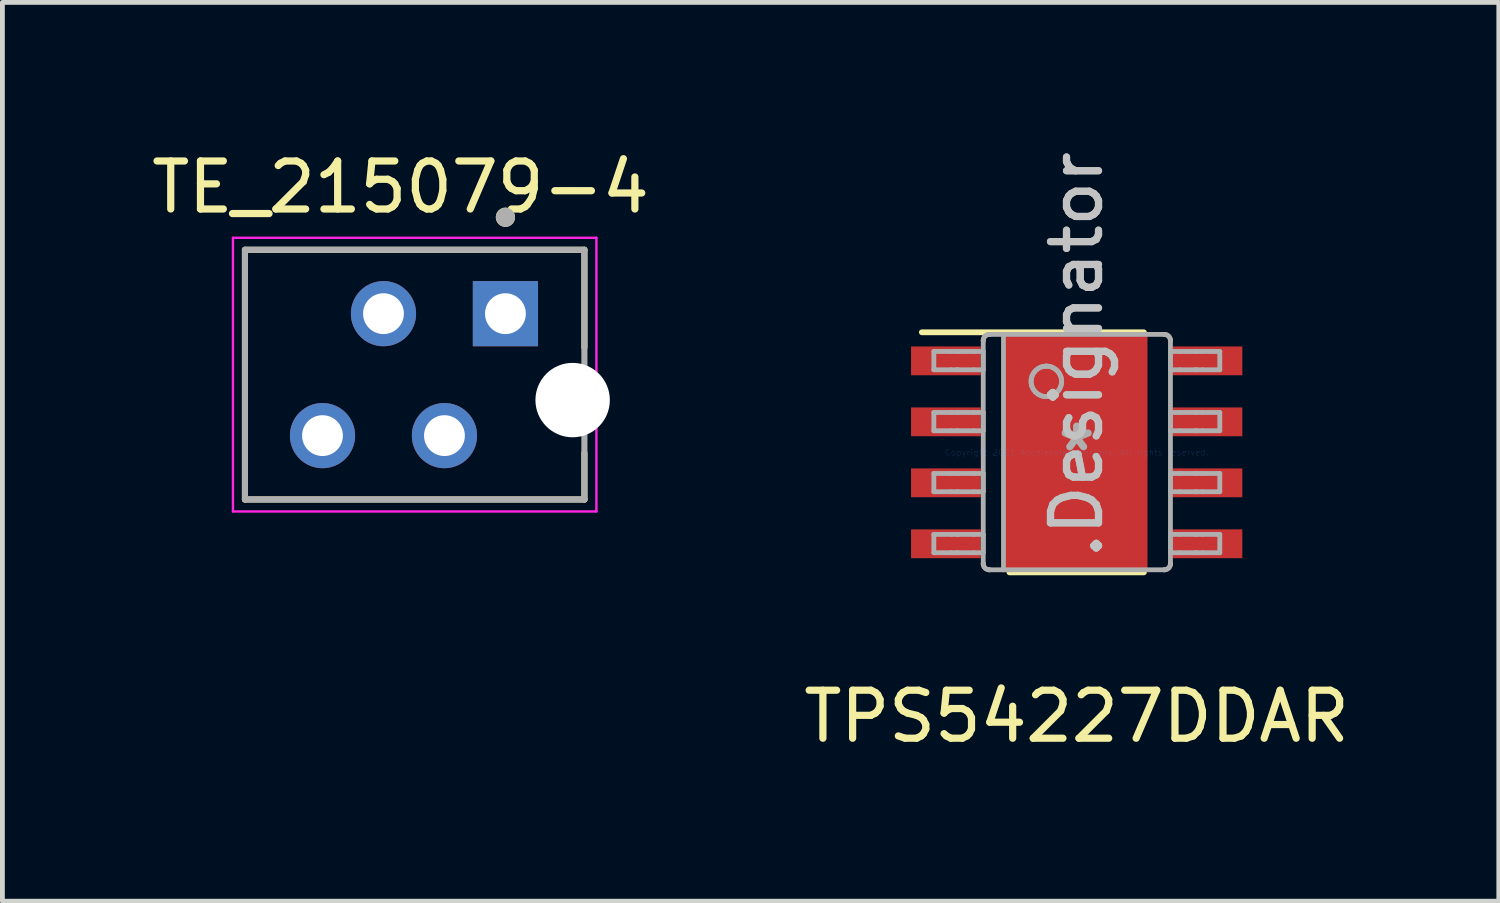
<source format=kicad_pcb>
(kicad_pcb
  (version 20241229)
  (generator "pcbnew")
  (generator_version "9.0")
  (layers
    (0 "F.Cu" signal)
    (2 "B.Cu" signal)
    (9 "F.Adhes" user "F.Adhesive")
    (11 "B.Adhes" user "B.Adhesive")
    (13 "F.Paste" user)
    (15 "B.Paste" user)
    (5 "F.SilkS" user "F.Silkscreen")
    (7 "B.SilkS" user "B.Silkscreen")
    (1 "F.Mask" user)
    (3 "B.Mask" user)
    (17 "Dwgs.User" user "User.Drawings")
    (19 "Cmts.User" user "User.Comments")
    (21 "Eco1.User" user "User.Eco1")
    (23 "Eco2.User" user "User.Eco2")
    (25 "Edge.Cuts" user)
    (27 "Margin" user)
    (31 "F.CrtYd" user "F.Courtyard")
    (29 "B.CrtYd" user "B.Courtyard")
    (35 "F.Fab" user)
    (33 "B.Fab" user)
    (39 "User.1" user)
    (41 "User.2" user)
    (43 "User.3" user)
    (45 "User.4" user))
  (footprint "TPS54227DDAR"
    (layer "F.Cu")
    (at 19.375 6.371)
    (property "Reference" "TPS54227DDAR" (at 0 5.5 0) (layer "F.SilkS") (effects (font (size 1 1) (thickness 0.15))))
    (attr through_hole)
    (fp_poly (pts (xy -1.2 1.502) (xy -1.2 -1.502) (xy -1.199 -1.511) (xy -1.196 -1.52) (xy -1.192 -1.529) (xy -1.186 -1.536) (xy -1.179 -1.542) (xy -1.17 -1.546) (xy -1.161 -1.549) (xy -1.152 -1.55) (xy 1.152 -1.55) (xy 1.161 -1.549) (xy 1.17 -1.546) (xy 1.179 -1.542) (xy 1.186 -1.536) (xy 1.192 -1.529) (xy 1.196 -1.52) (xy 1.199 -1.511) (xy 1.2 -1.502) (xy 1.2 1.502) (xy 1.199 1.511) (xy 1.196 1.52) (xy 1.192 1.529) (xy 1.186 1.536) (xy 1.179 1.542) (xy 1.17 1.546) (xy 1.161 1.549) (xy 1.152 1.55) (xy -1.152 1.55) (xy -1.161 1.549) (xy -1.17 1.546) (xy -1.179 1.542) (xy -1.186 1.536) (xy -1.192 1.529) (xy -1.196 1.52) (xy -1.199 1.511)) (stroke (width 0.1) (type solid)) (fill yes) (layer "F.Mask"))
    (fp_line (start -3.225 -2.5) (end 1.4 -2.5) (stroke (width 0.12) (type solid)) (layer "F.SilkS"))
    (fp_line (start -1.4 2.5) (end 1.4 2.5) (stroke (width 0.12) (type solid)) (layer "F.SilkS"))
    (fp_poly (pts (xy -1.2 1.502) (xy -1.2 -1.502) (xy -1.199 -1.511) (xy -1.196 -1.52) (xy -1.192 -1.529) (xy -1.186 -1.536) (xy -1.179 -1.542) (xy -1.17 -1.546) (xy -1.161 -1.549) (xy -1.152 -1.55) (xy 1.152 -1.55) (xy 1.161 -1.549) (xy 1.17 -1.546) (xy 1.179 -1.542) (xy 1.186 -1.536) (xy 1.192 -1.529) (xy 1.196 -1.52) (xy 1.199 -1.511) (xy 1.2 -1.502) (xy 1.2 1.502) (xy 1.199 1.511) (xy 1.196 1.52) (xy 1.192 1.529) (xy 1.186 1.536) (xy 1.179 1.542) (xy 1.17 1.546) (xy 1.161 1.549) (xy 1.152 1.55) (xy -1.152 1.55) (xy -1.161 1.549) (xy -1.17 1.546) (xy -1.179 1.542) (xy -1.186 1.536) (xy -1.192 1.529) (xy -1.196 1.52) (xy -1.199 1.511)) (stroke (width 0.1) (type solid)) (fill yes) (layer "F.Paste"))
    (fp_line (start -2.975 -2.1) (end -2.614 -2.1) (stroke (width 0.1) (type solid)) (layer "F.Fab"))
    (fp_line (start -2.975 -1.719) (end -2.975 -2.1) (stroke (width 0.1) (type solid)) (layer "F.Fab"))
    (fp_line (start -2.975 -1.719) (end -2.614 -1.719) (stroke (width 0.1) (type solid)) (layer "F.Fab"))
    (fp_line (start -2.975 -0.83) (end -2.614 -0.83) (stroke (width 0.1) (type solid)) (layer "F.Fab"))
    (fp_line (start -2.975 -0.449) (end -2.975 -0.83) (stroke (width 0.1) (type solid)) (layer "F.Fab"))
    (fp_line (start -2.975 -0.449) (end -2.614 -0.449) (stroke (width 0.1) (type solid)) (layer "F.Fab"))
    (fp_line (start -2.975 0.44) (end -2.614 0.44) (stroke (width 0.1) (type solid)) (layer "F.Fab"))
    (fp_line (start -2.975 0.821) (end -2.975 0.44) (stroke (width 0.1) (type solid)) (layer "F.Fab"))
    (fp_line (start -2.975 0.821) (end -2.614 0.821) (stroke (width 0.1) (type solid)) (layer "F.Fab"))
    (fp_line (start -2.975 1.71) (end -2.614 1.71) (stroke (width 0.1) (type solid)) (layer "F.Fab"))
    (fp_line (start -2.975 2.091) (end -2.975 1.71) (stroke (width 0.1) (type solid)) (layer "F.Fab"))
    (fp_line (start -2.975 2.091) (end -2.614 2.091) (stroke (width 0.1) (type solid)) (layer "F.Fab"))
    (fp_line (start -2.614 -2.1) (end -2.497 -2.1) (stroke (width 0.1) (type solid)) (layer "F.Fab"))
    (fp_line (start -2.614 -1.719) (end -2.497 -1.719) (stroke (width 0.1) (type solid)) (layer "F.Fab"))
    (fp_line (start -2.614 -0.83) (end -2.497 -0.83) (stroke (width 0.1) (type solid)) (layer "F.Fab"))
    (fp_line (start -2.614 -0.449) (end -2.497 -0.449) (stroke (width 0.1) (type solid)) (layer "F.Fab"))
    (fp_line (start -2.614 0.44) (end -2.497 0.44) (stroke (width 0.1) (type solid)) (layer "F.Fab"))
    (fp_line (start -2.614 0.821) (end -2.497 0.821) (stroke (width 0.1) (type solid)) (layer "F.Fab"))
    (fp_line (start -2.614 1.71) (end -2.497 1.71) (stroke (width 0.1) (type solid)) (layer "F.Fab"))
    (fp_line (start -2.614 2.091) (end -2.497 2.091) (stroke (width 0.1) (type solid)) (layer "F.Fab"))
    (fp_line (start -2.497 -2.1) (end -2.473 -2.1) (stroke (width 0.1) (type solid)) (layer "F.Fab"))
    (fp_line (start -2.497 -1.719) (end -2.473 -1.719) (stroke (width 0.1) (type solid)) (layer "F.Fab"))
    (fp_line (start -2.497 -0.83) (end -2.473 -0.83) (stroke (width 0.1) (type solid)) (layer "F.Fab"))
    (fp_line (start -2.497 -0.449) (end -2.473 -0.449) (stroke (width 0.1) (type solid)) (layer "F.Fab"))
    (fp_line (start -2.497 0.44) (end -2.473 0.44) (stroke (width 0.1) (type solid)) (layer "F.Fab"))
    (fp_line (start -2.497 0.821) (end -2.473 0.821) (stroke (width 0.1) (type solid)) (layer "F.Fab"))
    (fp_line (start -2.497 1.71) (end -2.473 1.71) (stroke (width 0.1) (type solid)) (layer "F.Fab"))
    (fp_line (start -2.497 2.091) (end -2.473 2.091) (stroke (width 0.1) (type solid)) (layer "F.Fab"))
    (fp_line (start -2.473 -2.1) (end -2.144 -2.1) (stroke (width 0.1) (type solid)) (layer "F.Fab"))
    (fp_line (start -2.473 -1.719) (end -2.144 -1.719) (stroke (width 0.1) (type solid)) (layer "F.Fab"))
    (fp_line (start -2.473 -0.83) (end -2.144 -0.83) (stroke (width 0.1) (type solid)) (layer "F.Fab"))
    (fp_line (start -2.473 -0.449) (end -2.144 -0.449) (stroke (width 0.1) (type solid)) (layer "F.Fab"))
    (fp_line (start -2.473 0.44) (end -2.144 0.44) (stroke (width 0.1) (type solid)) (layer "F.Fab"))
    (fp_line (start -2.473 0.821) (end -2.144 0.821) (stroke (width 0.1) (type solid)) (layer "F.Fab"))
    (fp_line (start -2.473 1.71) (end -2.144 1.71) (stroke (width 0.1) (type solid)) (layer "F.Fab"))
    (fp_line (start -2.473 2.091) (end -2.144 2.091) (stroke (width 0.1) (type solid)) (layer "F.Fab"))
    (fp_line (start -2.144 -2.1) (end -1.946 -2.1) (stroke (width 0.1) (type solid)) (layer "F.Fab"))
    (fp_line (start -2.144 -1.719) (end -1.946 -1.719) (stroke (width 0.1) (type solid)) (layer "F.Fab"))
    (fp_line (start -2.144 -0.83) (end -1.946 -0.83) (stroke (width 0.1) (type solid)) (layer "F.Fab"))
    (fp_line (start -2.144 -0.449) (end -1.946 -0.449) (stroke (width 0.1) (type solid)) (layer "F.Fab"))
    (fp_line (start -2.144 0.44) (end -1.946 0.44) (stroke (width 0.1) (type solid)) (layer "F.Fab"))
    (fp_line (start -2.144 0.821) (end -1.946 0.821) (stroke (width 0.1) (type solid)) (layer "F.Fab"))
    (fp_line (start -2.144 1.71) (end -1.946 1.71) (stroke (width 0.1) (type solid)) (layer "F.Fab"))
    (fp_line (start -2.144 2.091) (end -1.946 2.091) (stroke (width 0.1) (type solid)) (layer "F.Fab"))
    (fp_line (start -1.946 -2.329) (end -1.946 -2.33) (stroke (width 0.1) (type solid)) (layer "F.Fab"))
    (fp_line (start -1.946 -1.719) (end -1.946 -2.1) (stroke (width 0.1) (type solid)) (layer "F.Fab"))
    (fp_line (start -1.946 -0.449) (end -1.946 -0.83) (stroke (width 0.1) (type solid)) (layer "F.Fab"))
    (fp_line (start -1.946 0.821) (end -1.946 0.44) (stroke (width 0.1) (type solid)) (layer "F.Fab"))
    (fp_line (start -1.946 2.091) (end -1.946 1.71) (stroke (width 0.1) (type solid)) (layer "F.Fab"))
    (fp_line (start -1.946 2.32) (end -1.946 -2.329) (stroke (width 0.1) (type solid)) (layer "F.Fab"))
    (fp_line (start -1.946 2.32) (end -1.946 2.321) (stroke (width 0.1) (type solid)) (layer "F.Fab"))
    (fp_line (start -1.82 -2.456) (end -1.819 -2.456) (stroke (width 0.1) (type solid)) (layer "F.Fab"))
    (fp_line (start -1.82 2.447) (end -1.819 2.447) (stroke (width 0.1) (type solid)) (layer "F.Fab"))
    (fp_line (start -1.819 -2.456) (end 1.826 -2.456) (stroke (width 0.1) (type solid)) (layer "F.Fab"))
    (fp_line (start -1.819 2.447) (end 1.826 2.447) (stroke (width 0.1) (type solid)) (layer "F.Fab"))
    (fp_line (start -1.524 2.447) (end -1.524 -2.456) (stroke (width 0.1) (type solid)) (layer "F.Fab"))
    (fp_line (start 1.826 -2.456) (end 1.827 -2.456) (stroke (width 0.1) (type solid)) (layer "F.Fab"))
    (fp_line (start 1.826 2.447) (end 1.827 2.447) (stroke (width 0.1) (type solid)) (layer "F.Fab"))
    (fp_line (start 1.953 -2.329) (end 1.953 -2.33) (stroke (width 0.1) (type solid)) (layer "F.Fab"))
    (fp_line (start 1.953 -2.1) (end 2.15 -2.1) (stroke (width 0.1) (type solid)) (layer "F.Fab"))
    (fp_line (start 1.953 -1.719) (end 1.953 -2.1) (stroke (width 0.1) (type solid)) (layer "F.Fab"))
    (fp_line (start 1.953 -1.719) (end 2.15 -1.719) (stroke (width 0.1) (type solid)) (layer "F.Fab"))
    (fp_line (start 1.953 -0.83) (end 2.15 -0.83) (stroke (width 0.1) (type solid)) (layer "F.Fab"))
    (fp_line (start 1.953 -0.449) (end 1.953 -0.83) (stroke (width 0.1) (type solid)) (layer "F.Fab"))
    (fp_line (start 1.953 -0.449) (end 2.15 -0.449) (stroke (width 0.1) (type solid)) (layer "F.Fab"))
    (fp_line (start 1.953 0.44) (end 2.15 0.44) (stroke (width 0.1) (type solid)) (layer "F.Fab"))
    (fp_line (start 1.953 0.821) (end 1.953 0.44) (stroke (width 0.1) (type solid)) (layer "F.Fab"))
    (fp_line (start 1.953 0.821) (end 2.15 0.821) (stroke (width 0.1) (type solid)) (layer "F.Fab"))
    (fp_line (start 1.953 1.71) (end 2.15 1.71) (stroke (width 0.1) (type solid)) (layer "F.Fab"))
    (fp_line (start 1.953 2.091) (end 1.953 1.71) (stroke (width 0.1) (type solid)) (layer "F.Fab"))
    (fp_line (start 1.953 2.091) (end 2.15 2.091) (stroke (width 0.1) (type solid)) (layer "F.Fab"))
    (fp_line (start 1.953 2.32) (end 1.953 -2.329) (stroke (width 0.1) (type solid)) (layer "F.Fab"))
    (fp_line (start 1.953 2.321) (end 1.953 2.32) (stroke (width 0.1) (type solid)) (layer "F.Fab"))
    (fp_line (start 2.15 -2.1) (end 2.479 -2.1) (stroke (width 0.1) (type solid)) (layer "F.Fab"))
    (fp_line (start 2.15 -1.719) (end 2.479 -1.719) (stroke (width 0.1) (type solid)) (layer "F.Fab"))
    (fp_line (start 2.15 -0.83) (end 2.479 -0.83) (stroke (width 0.1) (type solid)) (layer "F.Fab"))
    (fp_line (start 2.15 -0.449) (end 2.479 -0.449) (stroke (width 0.1) (type solid)) (layer "F.Fab"))
    (fp_line (start 2.15 0.44) (end 2.479 0.44) (stroke (width 0.1) (type solid)) (layer "F.Fab"))
    (fp_line (start 2.15 0.821) (end 2.479 0.821) (stroke (width 0.1) (type solid)) (layer "F.Fab"))
    (fp_line (start 2.15 1.71) (end 2.479 1.71) (stroke (width 0.1) (type solid)) (layer "F.Fab"))
    (fp_line (start 2.15 2.091) (end 2.479 2.091) (stroke (width 0.1) (type solid)) (layer "F.Fab"))
    (fp_line (start 2.479 -2.1) (end 2.503 -2.1) (stroke (width 0.1) (type solid)) (layer "F.Fab"))
    (fp_line (start 2.479 -1.719) (end 2.503 -1.719) (stroke (width 0.1) (type solid)) (layer "F.Fab"))
    (fp_line (start 2.479 -0.83) (end 2.503 -0.83) (stroke (width 0.1) (type solid)) (layer "F.Fab"))
    (fp_line (start 2.479 -0.449) (end 2.503 -0.449) (stroke (width 0.1) (type solid)) (layer "F.Fab"))
    (fp_line (start 2.479 0.44) (end 2.503 0.44) (stroke (width 0.1) (type solid)) (layer "F.Fab"))
    (fp_line (start 2.479 0.821) (end 2.503 0.821) (stroke (width 0.1) (type solid)) (layer "F.Fab"))
    (fp_line (start 2.479 1.71) (end 2.503 1.71) (stroke (width 0.1) (type solid)) (layer "F.Fab"))
    (fp_line (start 2.479 2.091) (end 2.503 2.091) (stroke (width 0.1) (type solid)) (layer "F.Fab"))
    (fp_line (start 2.503 -2.1) (end 2.621 -2.1) (stroke (width 0.1) (type solid)) (layer "F.Fab"))
    (fp_line (start 2.503 -1.719) (end 2.621 -1.719) (stroke (width 0.1) (type solid)) (layer "F.Fab"))
    (fp_line (start 2.503 -0.83) (end 2.621 -0.83) (stroke (width 0.1) (type solid)) (layer "F.Fab"))
    (fp_line (start 2.503 -0.449) (end 2.621 -0.449) (stroke (width 0.1) (type solid)) (layer "F.Fab"))
    (fp_line (start 2.503 0.44) (end 2.621 0.44) (stroke (width 0.1) (type solid)) (layer "F.Fab"))
    (fp_line (start 2.503 0.821) (end 2.621 0.821) (stroke (width 0.1) (type solid)) (layer "F.Fab"))
    (fp_line (start 2.503 1.71) (end 2.621 1.71) (stroke (width 0.1) (type solid)) (layer "F.Fab"))
    (fp_line (start 2.503 2.091) (end 2.621 2.091) (stroke (width 0.1) (type solid)) (layer "F.Fab"))
    (fp_line (start 2.621 -2.1) (end 2.981 -2.1) (stroke (width 0.1) (type solid)) (layer "F.Fab"))
    (fp_line (start 2.621 -1.719) (end 2.981 -1.719) (stroke (width 0.1) (type solid)) (layer "F.Fab"))
    (fp_line (start 2.621 -0.83) (end 2.981 -0.83) (stroke (width 0.1) (type solid)) (layer "F.Fab"))
    (fp_line (start 2.621 -0.449) (end 2.981 -0.449) (stroke (width 0.1) (type solid)) (layer "F.Fab"))
    (fp_line (start 2.621 0.44) (end 2.981 0.44) (stroke (width 0.1) (type solid)) (layer "F.Fab"))
    (fp_line (start 2.621 0.821) (end 2.981 0.821) (stroke (width 0.1) (type solid)) (layer "F.Fab"))
    (fp_line (start 2.621 1.71) (end 2.981 1.71) (stroke (width 0.1) (type solid)) (layer "F.Fab"))
    (fp_line (start 2.621 2.091) (end 2.981 2.091) (stroke (width 0.1) (type solid)) (layer "F.Fab"))
    (fp_line (start 2.981 -1.719) (end 2.981 -2.1) (stroke (width 0.1) (type solid)) (layer "F.Fab"))
    (fp_line (start 2.981 -0.449) (end 2.981 -0.83) (stroke (width 0.1) (type solid)) (layer "F.Fab"))
    (fp_line (start 2.981 0.821) (end 2.981 0.44) (stroke (width 0.1) (type solid)) (layer "F.Fab"))
    (fp_line (start 2.981 2.091) (end 2.981 1.71) (stroke (width 0.1) (type solid)) (layer "F.Fab"))
    (fp_arc (start -1.946276 -2.329541) (mid -1.909093 -2.4184) (end -1.820241 -2.455602) (stroke (width 0.1) (type solid)) (layer "F.Fab"))
    (fp_arc (start -1.946276 -2.329541) (mid -1.909093 -2.4184) (end -1.820241 -2.455602) (stroke (width 0.1) (type solid)) (layer "F.Fab"))
    (fp_arc (start -1.82024 2.446601) (mid -1.909093 2.4094) (end -1.946277 2.32054) (stroke (width 0.1) (type solid)) (layer "F.Fab"))
    (fp_arc (start -1.82024 2.446601) (mid -1.909093 2.4094) (end -1.946277 2.32054) (stroke (width 0.1) (type solid)) (layer "F.Fab"))
    (fp_arc (start -0.63185 -1.795201) (mid -0.31435 -1.477701) (end -0.63185 -1.160201) (stroke (width 0.1) (type solid)) (layer "F.Fab"))
    (fp_arc (start -0.63185 -1.795201) (mid -0.31435 -1.477701) (end -0.63185 -1.160201) (stroke (width 0.1) (type solid)) (layer "F.Fab"))
    (fp_arc (start -0.63185 -1.160201) (mid -0.94935 -1.477701) (end -0.63185 -1.795201) (stroke (width 0.1) (type solid)) (layer "F.Fab"))
    (fp_arc (start -0.63185 -1.160201) (mid -0.94935 -1.477701) (end -0.63185 -1.795201) (stroke (width 0.1) (type solid)) (layer "F.Fab"))
    (fp_arc (start 1.826566 -2.455602) (mid 1.915418 -2.418401) (end 1.952601 -2.329541) (stroke (width 0.1) (type solid)) (layer "F.Fab"))
    (fp_arc (start 1.826566 -2.455602) (mid 1.915418 -2.418401) (end 1.952601 -2.329541) (stroke (width 0.1) (type solid)) (layer "F.Fab"))
    (fp_arc (start 1.952602 2.320539) (mid 1.915419 2.409399) (end 1.826566 2.446601) (stroke (width 0.1) (type solid)) (layer "F.Fab"))
    (fp_arc (start 1.952602 2.320539) (mid 1.915419 2.409399) (end 1.826566 2.446601) (stroke (width 0.1) (type solid)) (layer "F.Fab"))
    (fp_text user ".Designator" (at 0 -2.032 270) (layer "Dwgs.User") (effects (font (size 1 1) (thickness 0.15))))
    (fp_text user "Copyright 2021 Accelerated Designs. All rights reserved." (at 0 0 0) (layer "Cmts.User") (effects (font (size 0.127 0.127) (thickness 0.002))))
    (fp_text user ".Designator" (at 0 -2.032 270) (layer "F.Fab") (effects (font (size 1 1) (thickness 0.15))))
    (fp_text user "*" (at 0 0 0) (layer "F.Fab") (effects (font (size 1 1) (thickness 0.15))))
    (pad "1" smd rect (at -2.725 -1.905 90) (size 0.6 1.45) (layers "F.Cu" "F.Mask" "F.Paste"))
    (pad "2" smd rect (at -2.725 -0.635 90) (size 0.6 1.45) (layers "F.Cu" "F.Mask" "F.Paste"))
    (pad "3" smd rect (at -2.725 0.635 90) (size 0.6 1.45) (layers "F.Cu" "F.Mask" "F.Paste"))
    (pad "4" smd rect (at -2.725 1.905 90) (size 0.6 1.45) (layers "F.Cu" "F.Mask" "F.Paste"))
    (pad "5" smd rect (at 2.725 1.905 90) (size 0.6 1.45) (layers "F.Cu" "F.Mask" "F.Paste"))
    (pad "6" smd rect (at 2.725 0.635 90) (size 0.6 1.45) (layers "F.Cu" "F.Mask" "F.Paste"))
    (pad "7" smd rect (at 2.725 -0.635 90) (size 0.6 1.45) (layers "F.Cu" "F.Mask" "F.Paste"))
    (pad "8" smd rect (at 2.725 -1.905 90) (size 0.6 1.45) (layers "F.Cu" "F.Mask" "F.Paste"))
    (pad "9" smd rect (at 0 0) (size 2.95 4.9) (layers "F.Cu")))
  (footprint "TE_215079-4"
    (layer "F.Cu")
    (at 7.477 3.483)
    (property "Reference" "TE_215079-4" (at -2.185 -2.635 0) (layer "F.SilkS") (effects (font (size 1 1) (thickness 0.15))))
    (attr through_hole)
    (fp_line (start -5.425 -1.33) (end 1.645 -1.33) (stroke (width 0.127) (type solid)) (layer "F.SilkS"))
    (fp_line (start -5.425 3.87) (end -5.425 -1.33) (stroke (width 0.127) (type solid)) (layer "F.SilkS"))
    (fp_line (start 1.645 -1.33) (end 1.645 0.7) (stroke (width 0.127) (type solid)) (layer "F.SilkS"))
    (fp_line (start 1.645 2.9) (end 1.645 3.87) (stroke (width 0.127) (type solid)) (layer "F.SilkS"))
    (fp_line (start 1.645 3.87) (end -5.425 3.87) (stroke (width 0.127) (type solid)) (layer "F.SilkS"))
    (fp_circle (center 0 -2.008) (end 0.1 -2.008) (stroke (width 0.2) (type solid)) (fill no) (layer "F.SilkS"))
    (fp_line (start -5.675 -1.58) (end 1.895 -1.58) (stroke (width 0.05) (type solid)) (layer "F.CrtYd"))
    (fp_line (start -5.675 4.12) (end -5.675 -1.58) (stroke (width 0.05) (type solid)) (layer "F.CrtYd"))
    (fp_line (start 1.895 -1.58) (end 1.895 4.12) (stroke (width 0.05) (type solid)) (layer "F.CrtYd"))
    (fp_line (start 1.895 4.12) (end -5.675 4.12) (stroke (width 0.05) (type solid)) (layer "F.CrtYd"))
    (fp_line (start -5.425 -1.33) (end 1.645 -1.33) (stroke (width 0.127) (type solid)) (layer "F.Fab"))
    (fp_line (start -5.425 3.87) (end -5.425 -1.33) (stroke (width 0.127) (type solid)) (layer "F.Fab"))
    (fp_line (start 1.645 -1.33) (end 1.645 3.87) (stroke (width 0.127) (type solid)) (layer "F.Fab"))
    (fp_line (start 1.645 3.87) (end -5.425 3.87) (stroke (width 0.127) (type solid)) (layer "F.Fab"))
    (fp_circle (center 0 -2.008) (end 0.1 -2.008) (stroke (width 0.2) (type solid)) (fill no) (layer "F.Fab"))
    (pad "" np_thru_hole circle (at 1.4 1.8) (size 1.55 1.55) (drill 1.55) (layers "*.Cu" "*.Mask"))
    (pad "1" thru_hole rect (at 0 0) (size 1.358 1.358) (drill 0.85) (layers "*.Cu" "*.Mask"))
    (pad "2" thru_hole circle (at -1.27 2.54) (size 1.358 1.358) (drill 0.85) (layers "*.Cu" "*.Mask"))
    (pad "3" thru_hole circle (at -2.54 0) (size 1.358 1.358) (drill 0.85) (layers "*.Cu" "*.Mask"))
    (pad "4" thru_hole circle (at -3.81 2.54) (size 1.358 1.358) (drill 0.85) (layers "*.Cu" "*.Mask")))
  (gr_rect
    (start -3 -3)
    (end 28.167 15.72)
    (stroke (width 0.1) (type default))
    (fill no)
    (layer "Edge.Cuts")))
</source>
